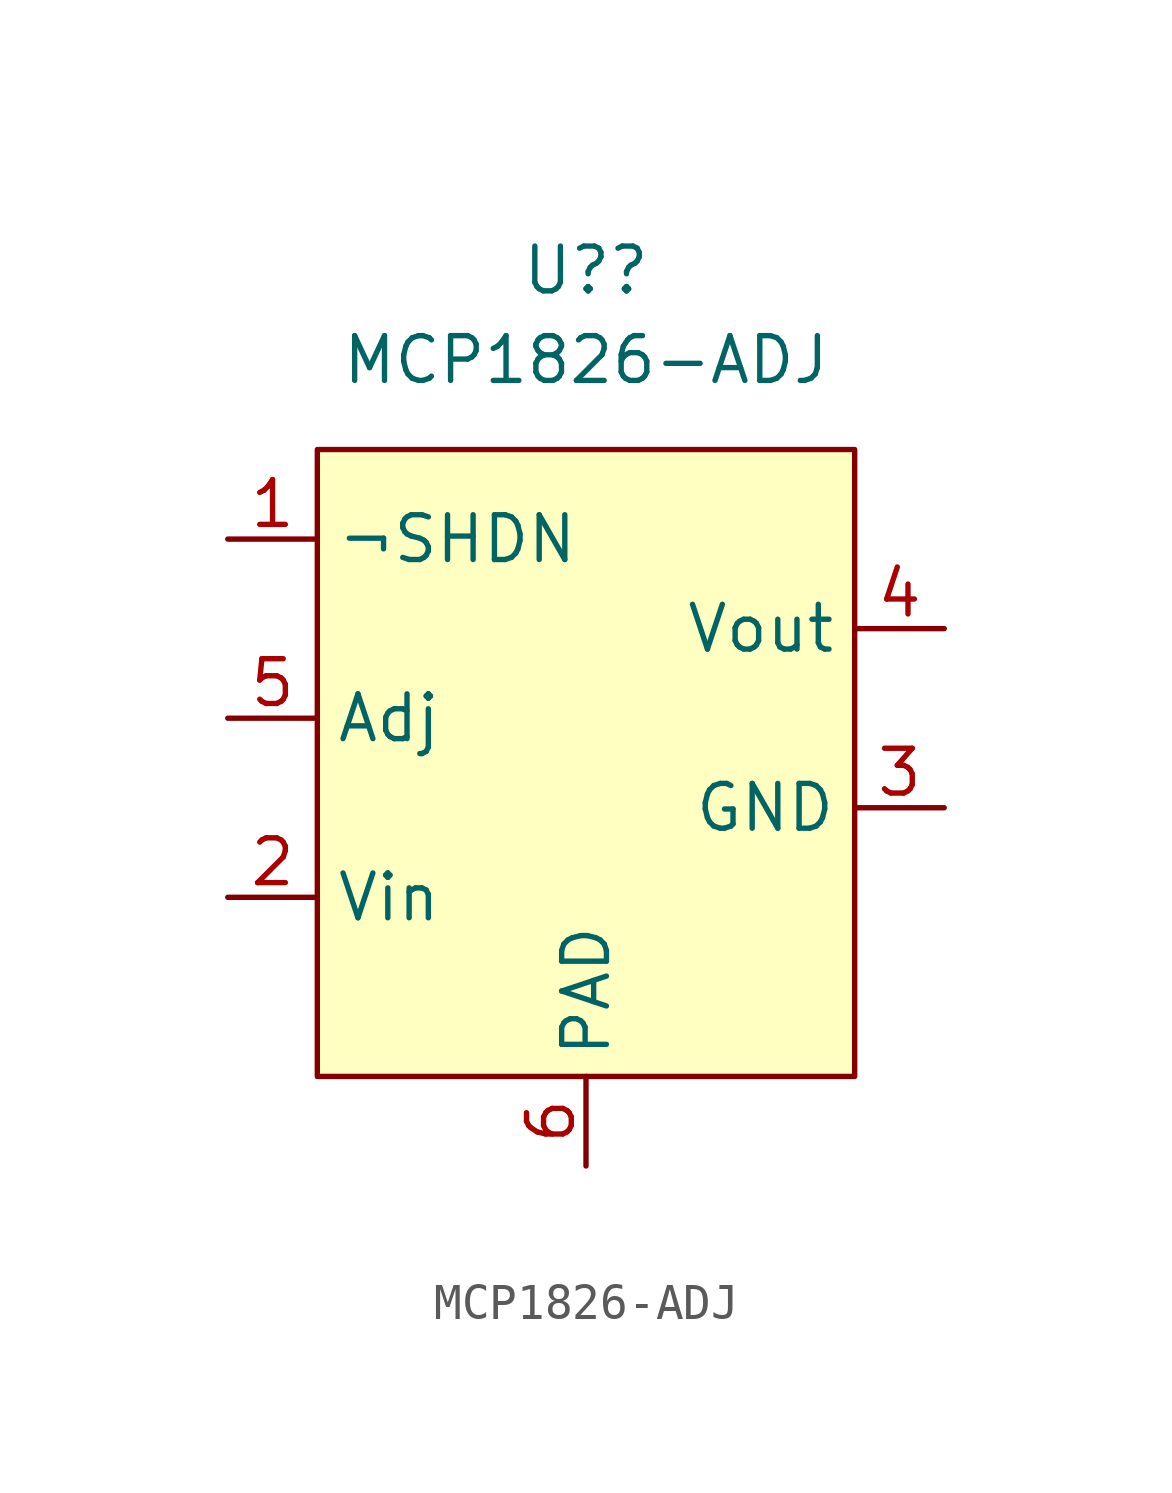
<source format=kicad_sym>
(kicad_symbol_lib
  (version 20211014)
  (generator kicad_symbol_editor)
  (symbol "MCP1826-ADJ"
    (property "Reference" "U?"
      (at 0 10.16 0)
      (effects (font (size 1.27 1.27))))
    (property "Value" "MCP1826-ADJ"
      (at 0 7.62 0)
      (effects (font (size 1.27 1.27))))
    (symbol "MCP1826-ADJ_0_1"
      (rectangle (start -7.62 5.08) (end 7.62 -12.7) (stroke (width 0) (type default) (color 0 0 0 0)) (fill (type background))))
    (symbol "MCP1826-ADJ_1_1"
      (pin input line (at -10.16 2.54 0) (length 2.54) (name "¬SHDN" (effects (font (size 1.27 1.27)))) (number "1" (effects (font (size 1.27 1.27)))))
      (pin power_in line (at -10.16 -7.62 0) (length 2.54) (name "Vin" (effects (font (size 1.27 1.27)))) (number "2" (effects (font (size 1.27 1.27)))))
      (pin power_in line (at 10.16 -5.08 180) (length 2.54) (name "GND" (effects (font (size 1.27 1.27)))) (number "3" (effects (font (size 1.27 1.27)))))
      (pin power_in line (at 10.16 0 180) (length 2.54) (name "Vout" (effects (font (size 1.27 1.27)))) (number "4" (effects (font (size 1.27 1.27)))))
      (pin bidirectional line (at -10.16 -2.54 0) (length 2.54) (name "Adj" (effects (font (size 1.27 1.27)))) (number "5" (effects (font (size 1.27 1.27)))))
      (pin power_in line (at 0 -15.24 90) (length 2.54) (name "PAD" (effects (font (size 1.27 1.27)))) (number "6" (effects (font (size 1.27 1.27))))))))
</source>
